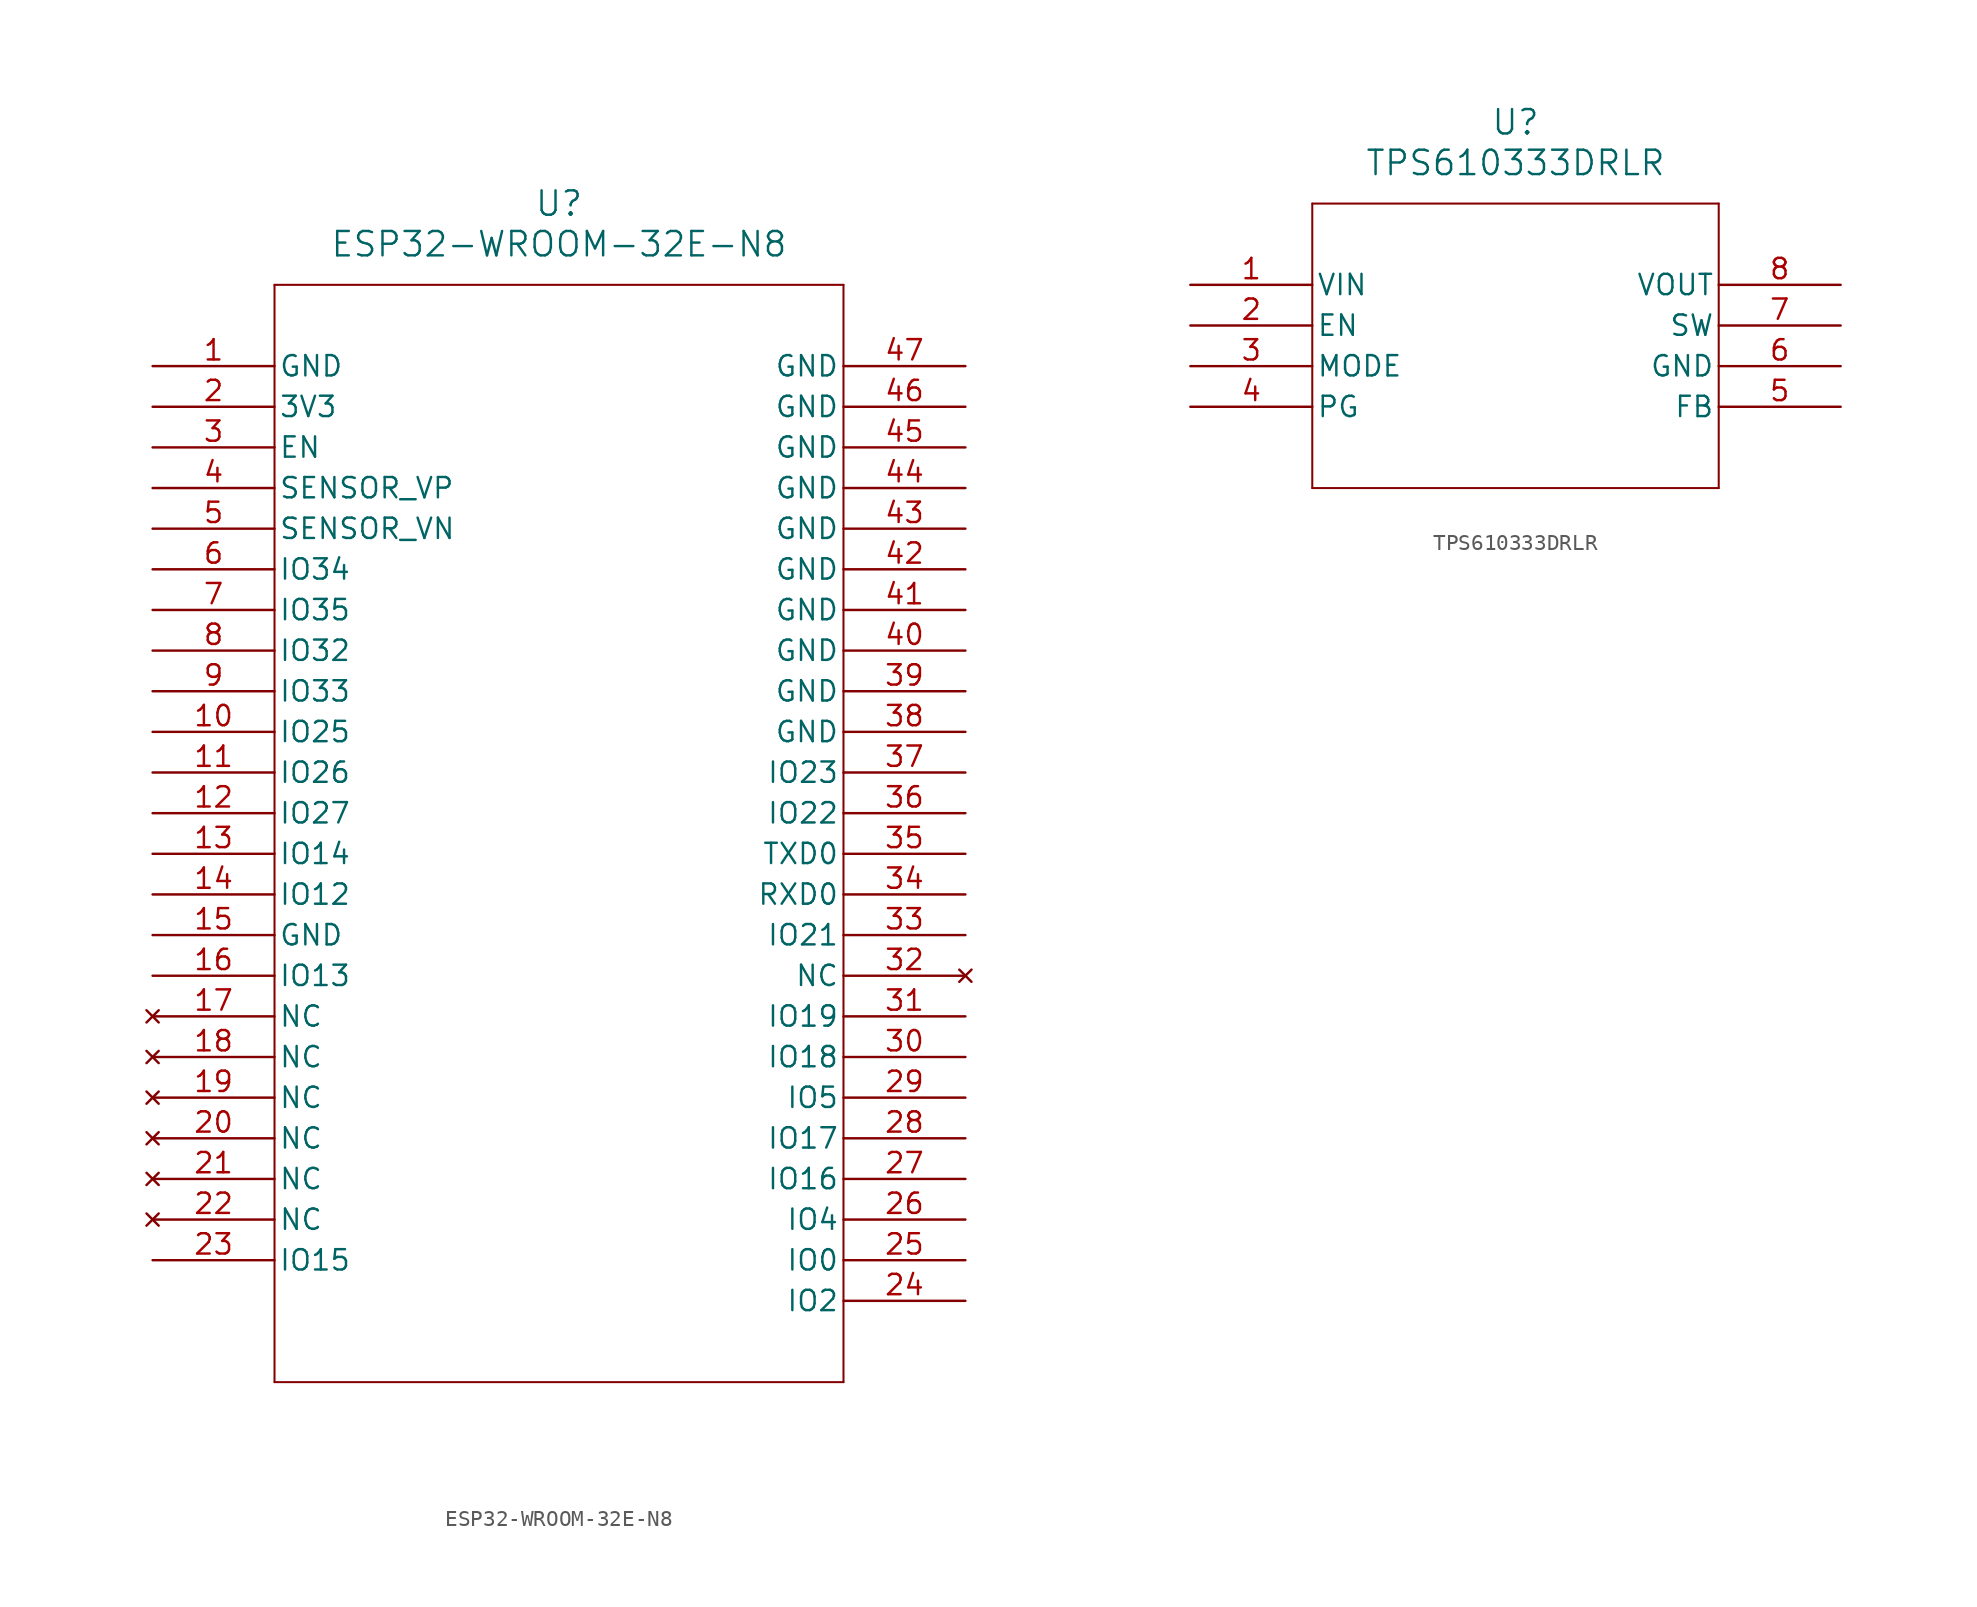
<source format=kicad_sym>
(kicad_symbol_lib
  (version 20231120)
  (generator "kicad_symbol_editor")
  (generator_version "8.0")
  (symbol "ESP32-WROOM-32E-N8"
    (pin_names
      (offset 0.254))
    (property "Reference" "U"
      (at 25.4 10.16 0)
      (effects (font (size 1.524 1.524))))
    (property "Value" "ESP32-WROOM-32E-N8"
      (at 25.4 7.62 0)
      (effects (font (size 1.524 1.524))))
    (symbol "ESP32-WROOM-32E-N8_0_1"
      (polyline (pts (xy 7.62 -63.5) (xy 43.18 -63.5)) (stroke (width 0.127) (type default)) (fill (type none)))
      (polyline (pts (xy 7.62 5.08) (xy 7.62 -63.5)) (stroke (width 0.127) (type default)) (fill (type none)))
      (polyline (pts (xy 43.18 -63.5) (xy 43.18 5.08)) (stroke (width 0.127) (type default)) (fill (type none)))
      (polyline (pts (xy 43.18 5.08) (xy 7.62 5.08)) (stroke (width 0.127) (type default)) (fill (type none)))
      (pin power_out line (at 0 0 0) (length 7.62) (name "GND" (effects (font (size 1.27 1.27)))) (number "1" (effects (font (size 1.27 1.27)))))
      (pin bidirectional line (at 0 -22.86 0) (length 7.62) (name "IO25" (effects (font (size 1.27 1.27)))) (number "10" (effects (font (size 1.27 1.27)))))
      (pin bidirectional line (at 0 -25.4 0) (length 7.62) (name "IO26" (effects (font (size 1.27 1.27)))) (number "11" (effects (font (size 1.27 1.27)))))
      (pin bidirectional line (at 0 -27.94 0) (length 7.62) (name "IO27" (effects (font (size 1.27 1.27)))) (number "12" (effects (font (size 1.27 1.27)))))
      (pin bidirectional line (at 0 -30.48 0) (length 7.62) (name "IO14" (effects (font (size 1.27 1.27)))) (number "13" (effects (font (size 1.27 1.27)))))
      (pin bidirectional line (at 0 -33.02 0) (length 7.62) (name "IO12" (effects (font (size 1.27 1.27)))) (number "14" (effects (font (size 1.27 1.27)))))
      (pin power_out line (at 0 -35.56 0) (length 7.62) (name "GND" (effects (font (size 1.27 1.27)))) (number "15" (effects (font (size 1.27 1.27)))))
      (pin bidirectional line (at 0 -38.1 0) (length 7.62) (name "IO13" (effects (font (size 1.27 1.27)))) (number "16" (effects (font (size 1.27 1.27)))))
      (pin no_connect line (at 0 -40.64 0) (length 7.62) (name "NC" (effects (font (size 1.27 1.27)))) (number "17" (effects (font (size 1.27 1.27)))))
      (pin no_connect line (at 0 -43.18 0) (length 7.62) (name "NC" (effects (font (size 1.27 1.27)))) (number "18" (effects (font (size 1.27 1.27)))))
      (pin no_connect line (at 0 -45.72 0) (length 7.62) (name "NC" (effects (font (size 1.27 1.27)))) (number "19" (effects (font (size 1.27 1.27)))))
      (pin power_in line (at 0 -2.54 0) (length 7.62) (name "3V3" (effects (font (size 1.27 1.27)))) (number "2" (effects (font (size 1.27 1.27)))))
      (pin no_connect line (at 0 -48.26 0) (length 7.62) (name "NC" (effects (font (size 1.27 1.27)))) (number "20" (effects (font (size 1.27 1.27)))))
      (pin no_connect line (at 0 -50.8 0) (length 7.62) (name "NC" (effects (font (size 1.27 1.27)))) (number "21" (effects (font (size 1.27 1.27)))))
      (pin no_connect line (at 0 -53.34 0) (length 7.62) (name "NC" (effects (font (size 1.27 1.27)))) (number "22" (effects (font (size 1.27 1.27)))))
      (pin bidirectional line (at 0 -55.88 0) (length 7.62) (name "IO15" (effects (font (size 1.27 1.27)))) (number "23" (effects (font (size 1.27 1.27)))))
      (pin bidirectional line (at 50.8 -58.42 180) (length 7.62) (name "IO2" (effects (font (size 1.27 1.27)))) (number "24" (effects (font (size 1.27 1.27)))))
      (pin bidirectional line (at 50.8 -55.88 180) (length 7.62) (name "IO0" (effects (font (size 1.27 1.27)))) (number "25" (effects (font (size 1.27 1.27)))))
      (pin bidirectional line (at 50.8 -53.34 180) (length 7.62) (name "IO4" (effects (font (size 1.27 1.27)))) (number "26" (effects (font (size 1.27 1.27)))))
      (pin bidirectional line (at 50.8 -50.8 180) (length 7.62) (name "IO16" (effects (font (size 1.27 1.27)))) (number "27" (effects (font (size 1.27 1.27)))))
      (pin bidirectional line (at 50.8 -48.26 180) (length 7.62) (name "IO17" (effects (font (size 1.27 1.27)))) (number "28" (effects (font (size 1.27 1.27)))))
      (pin bidirectional line (at 50.8 -45.72 180) (length 7.62) (name "IO5" (effects (font (size 1.27 1.27)))) (number "29" (effects (font (size 1.27 1.27)))))
      (pin input line (at 0 -5.08 0) (length 7.62) (name "EN" (effects (font (size 1.27 1.27)))) (number "3" (effects (font (size 1.27 1.27)))))
      (pin bidirectional line (at 50.8 -43.18 180) (length 7.62) (name "IO18" (effects (font (size 1.27 1.27)))) (number "30" (effects (font (size 1.27 1.27)))))
      (pin bidirectional line (at 50.8 -40.64 180) (length 7.62) (name "IO19" (effects (font (size 1.27 1.27)))) (number "31" (effects (font (size 1.27 1.27)))))
      (pin no_connect line (at 50.8 -38.1 180) (length 7.62) (name "NC" (effects (font (size 1.27 1.27)))) (number "32" (effects (font (size 1.27 1.27)))))
      (pin bidirectional line (at 50.8 -35.56 180) (length 7.62) (name "IO21" (effects (font (size 1.27 1.27)))) (number "33" (effects (font (size 1.27 1.27)))))
      (pin bidirectional line (at 50.8 -33.02 180) (length 7.62) (name "RXD0" (effects (font (size 1.27 1.27)))) (number "34" (effects (font (size 1.27 1.27)))))
      (pin bidirectional line (at 50.8 -30.48 180) (length 7.62) (name "TXD0" (effects (font (size 1.27 1.27)))) (number "35" (effects (font (size 1.27 1.27)))))
      (pin bidirectional line (at 50.8 -27.94 180) (length 7.62) (name "IO22" (effects (font (size 1.27 1.27)))) (number "36" (effects (font (size 1.27 1.27)))))
      (pin bidirectional line (at 50.8 -25.4 180) (length 7.62) (name "IO23" (effects (font (size 1.27 1.27)))) (number "37" (effects (font (size 1.27 1.27)))))
      (pin power_out line (at 50.8 -22.86 180) (length 7.62) (name "GND" (effects (font (size 1.27 1.27)))) (number "38" (effects (font (size 1.27 1.27)))))
      (pin power_out line (at 50.8 -20.32 180) (length 7.62) (name "GND" (effects (font (size 1.27 1.27)))) (number "39" (effects (font (size 1.27 1.27)))))
      (pin input line (at 0 -7.62 0) (length 7.62) (name "SENSOR_VP" (effects (font (size 1.27 1.27)))) (number "4" (effects (font (size 1.27 1.27)))))
      (pin power_out line (at 50.8 -17.78 180) (length 7.62) (name "GND" (effects (font (size 1.27 1.27)))) (number "40" (effects (font (size 1.27 1.27)))))
      (pin power_out line (at 50.8 -15.24 180) (length 7.62) (name "GND" (effects (font (size 1.27 1.27)))) (number "41" (effects (font (size 1.27 1.27)))))
      (pin power_out line (at 50.8 -12.7 180) (length 7.62) (name "GND" (effects (font (size 1.27 1.27)))) (number "42" (effects (font (size 1.27 1.27)))))
      (pin power_out line (at 50.8 -10.16 180) (length 7.62) (name "GND" (effects (font (size 1.27 1.27)))) (number "43" (effects (font (size 1.27 1.27)))))
      (pin power_out line (at 50.8 -7.62 180) (length 7.62) (name "GND" (effects (font (size 1.27 1.27)))) (number "44" (effects (font (size 1.27 1.27)))))
      (pin power_out line (at 50.8 -5.08 180) (length 7.62) (name "GND" (effects (font (size 1.27 1.27)))) (number "45" (effects (font (size 1.27 1.27)))))
      (pin power_out line (at 50.8 -2.54 180) (length 7.62) (name "GND" (effects (font (size 1.27 1.27)))) (number "46" (effects (font (size 1.27 1.27)))))
      (pin power_out line (at 50.8 0 180) (length 7.62) (name "GND" (effects (font (size 1.27 1.27)))) (number "47" (effects (font (size 1.27 1.27)))))
      (pin input line (at 0 -10.16 0) (length 7.62) (name "SENSOR_VN" (effects (font (size 1.27 1.27)))) (number "5" (effects (font (size 1.27 1.27)))))
      (pin input line (at 0 -12.7 0) (length 7.62) (name "IO34" (effects (font (size 1.27 1.27)))) (number "6" (effects (font (size 1.27 1.27)))))
      (pin input line (at 0 -15.24 0) (length 7.62) (name "IO35" (effects (font (size 1.27 1.27)))) (number "7" (effects (font (size 1.27 1.27)))))
      (pin bidirectional line (at 0 -17.78 0) (length 7.62) (name "IO32" (effects (font (size 1.27 1.27)))) (number "8" (effects (font (size 1.27 1.27)))))
      (pin bidirectional line (at 0 -20.32 0) (length 7.62) (name "IO33" (effects (font (size 1.27 1.27)))) (number "9" (effects (font (size 1.27 1.27)))))))
  (symbol "TPS610333DRLR"
    (pin_names
      (offset 0.254))
    (property "Reference" "U"
      (at 20.32 10.16 0)
      (effects (font (size 1.524 1.524))))
    (property "Value" "TPS610333DRLR"
      (at 20.32 7.62 0)
      (effects (font (size 1.524 1.524))))
    (property "ki_locked" ""
      (at 0 0 0)
      (effects (font (size 1.27 1.27))))
    (symbol "TPS610333DRLR_0_1"
      (polyline (pts (xy 7.62 -12.7) (xy 33.02 -12.7)) (stroke (width 0.127) (type default)) (fill (type none)))
      (polyline (pts (xy 7.62 5.08) (xy 7.62 -12.7)) (stroke (width 0.127) (type default)) (fill (type none)))
      (polyline (pts (xy 33.02 -12.7) (xy 33.02 5.08)) (stroke (width 0.127) (type default)) (fill (type none)))
      (polyline (pts (xy 33.02 5.08) (xy 7.62 5.08)) (stroke (width 0.127) (type default)) (fill (type none)))
      (pin input line (at 0 0 0) (length 7.62) (name "VIN" (effects (font (size 1.27 1.27)))) (number "1" (effects (font (size 1.27 1.27)))))
      (pin input line (at 0 -2.54 0) (length 7.62) (name "EN" (effects (font (size 1.27 1.27)))) (number "2" (effects (font (size 1.27 1.27)))))
      (pin input line (at 0 -5.08 0) (length 7.62) (name "MODE" (effects (font (size 1.27 1.27)))) (number "3" (effects (font (size 1.27 1.27)))))
      (pin output line (at 0 -7.62 0) (length 7.62) (name "PG" (effects (font (size 1.27 1.27)))) (number "4" (effects (font (size 1.27 1.27)))))
      (pin input line (at 40.64 -7.62 180) (length 7.62) (name "FB" (effects (font (size 1.27 1.27)))) (number "5" (effects (font (size 1.27 1.27)))))
      (pin power_in line (at 40.64 -5.08 180) (length 7.62) (name "GND" (effects (font (size 1.27 1.27)))) (number "6" (effects (font (size 1.27 1.27)))))
      (pin power_in line (at 40.64 -2.54 180) (length 7.62) (name "SW" (effects (font (size 1.27 1.27)))) (number "7" (effects (font (size 1.27 1.27)))))
      (pin power_in line (at 40.64 0 180) (length 7.62) (name "VOUT" (effects (font (size 1.27 1.27)))) (number "8" (effects (font (size 1.27 1.27))))))))
</source>
